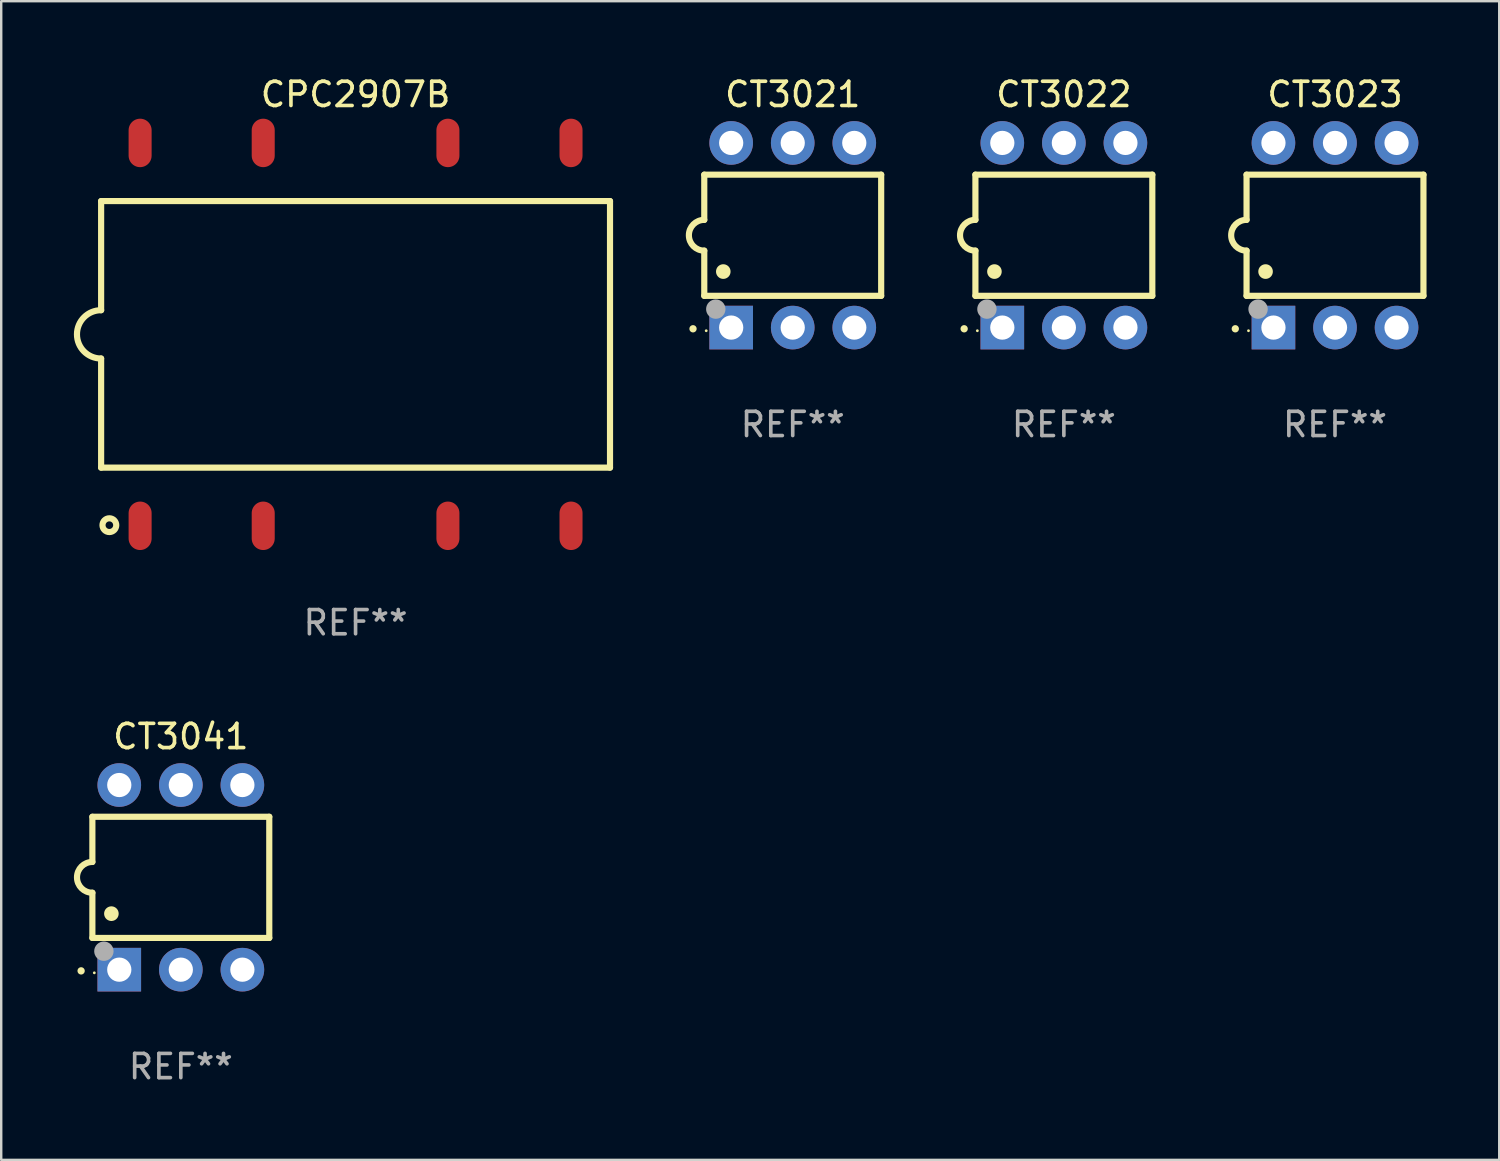
<source format=kicad_pcb>
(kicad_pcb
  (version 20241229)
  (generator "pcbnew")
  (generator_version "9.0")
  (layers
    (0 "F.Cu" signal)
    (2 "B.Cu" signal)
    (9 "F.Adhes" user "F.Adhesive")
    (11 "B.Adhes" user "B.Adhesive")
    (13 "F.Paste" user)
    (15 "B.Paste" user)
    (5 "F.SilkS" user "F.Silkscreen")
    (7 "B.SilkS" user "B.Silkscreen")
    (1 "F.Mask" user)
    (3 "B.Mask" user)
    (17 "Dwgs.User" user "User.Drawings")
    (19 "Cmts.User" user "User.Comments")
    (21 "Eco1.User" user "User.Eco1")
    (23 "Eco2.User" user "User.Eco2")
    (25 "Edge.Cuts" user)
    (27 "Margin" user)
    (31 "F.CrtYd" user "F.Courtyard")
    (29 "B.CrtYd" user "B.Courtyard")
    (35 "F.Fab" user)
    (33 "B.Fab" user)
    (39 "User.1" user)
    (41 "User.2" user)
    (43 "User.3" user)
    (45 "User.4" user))
  (footprint "CT3022"
    (layer "F.Cu")
    (at 40.852 6.658)
    (property "Reference" "CT3022" (at 0 -5.81 0) (layer "F.SilkS") (effects (font (size 1 1) (thickness 0.15))))
    (attr through_hole)
    (fp_line (start -3.65 -2.5) (end 3.65 -2.5) (stroke (width 0.254) (type solid)) (layer "F.SilkS"))
    (fp_line (start -3.65 -0.635) (end -3.65 -2.5) (stroke (width 0.254) (type solid)) (layer "F.SilkS"))
    (fp_line (start -3.65 0.635) (end -3.65 2.5) (stroke (width 0.254) (type solid)) (layer "F.SilkS"))
    (fp_line (start -3.65 2.5) (end 3.65 2.5) (stroke (width 0.254) (type solid)) (layer "F.SilkS"))
    (fp_line (start 3.65 -2.5) (end 3.65 2.5) (stroke (width 0.254) (type solid)) (layer "F.SilkS"))
    (fp_arc (start -4.114808 3.860808) (mid -4.114813 3.859538) (end -4.114808 3.858268) (stroke (width 0.3) (type solid)) (layer "F.SilkS"))
    (fp_arc (start -3.650013 0.635001) (mid -4.285014 0) (end -3.650013 -0.635001) (stroke (width 0.254001) (type solid)) (layer "F.SilkS"))
    (fp_arc (start -2.865405 1.501143) (mid -2.865416 1.498603) (end -2.865405 1.496063) (stroke (width 0.6) (type solid)) (layer "F.SilkS"))
    (fp_circle (center -3.57 3.94) (end -3.54 3.94) (stroke (width 0.06) (type solid)) (fill no) (layer "F.SilkS"))
    (fp_circle (center -3.175 3.048) (end -2.975 3.048) (stroke (width 0.4) (type solid)) (fill no) (layer "F.Fab"))
    (fp_text user "REF**" (at 0 7.81 0) (layer "F.Fab") (effects (font (size 1 1) (thickness 0.15))))
    (pad "1" thru_hole rect (at -2.54 3.81 90) (size 1.8 1.8) (drill 1) (layers "*.Cu" "*.Mask"))
    (pad "2" thru_hole circle (at 0 3.81) (size 1.8 1.8) (drill 1) (layers "*.Cu" "*.Mask"))
    (pad "3" thru_hole circle (at 2.54 3.81) (size 1.8 1.8) (drill 1) (layers "*.Cu" "*.Mask"))
    (pad "4" thru_hole circle (at 2.54 -3.81) (size 1.8 1.8) (drill 1) (layers "*.Cu" "*.Mask"))
    (pad "5" thru_hole circle (at 0 -3.81) (size 1.8 1.8) (drill 1) (layers "*.Cu" "*.Mask"))
    (pad "6" thru_hole circle (at -2.54 -3.81) (size 1.8 1.8) (drill 1) (layers "*.Cu" "*.Mask")))
  (footprint "CT3021"
    (layer "F.Cu")
    (at 29.663 6.658)
    (property "Reference" "CT3021" (at 0 -5.81 0) (layer "F.SilkS") (effects (font (size 1 1) (thickness 0.15))))
    (attr through_hole)
    (fp_line (start -3.65 -2.5) (end 3.65 -2.5) (stroke (width 0.254) (type solid)) (layer "F.SilkS"))
    (fp_line (start -3.65 -0.635) (end -3.65 -2.5) (stroke (width 0.254) (type solid)) (layer "F.SilkS"))
    (fp_line (start -3.65 0.635) (end -3.65 2.5) (stroke (width 0.254) (type solid)) (layer "F.SilkS"))
    (fp_line (start -3.65 2.5) (end 3.65 2.5) (stroke (width 0.254) (type solid)) (layer "F.SilkS"))
    (fp_line (start 3.65 -2.5) (end 3.65 2.5) (stroke (width 0.254) (type solid)) (layer "F.SilkS"))
    (fp_arc (start -4.114808 3.860808) (mid -4.114813 3.859538) (end -4.114808 3.858268) (stroke (width 0.3) (type solid)) (layer "F.SilkS"))
    (fp_arc (start -3.650013 0.635001) (mid -4.285014 0) (end -3.650013 -0.635001) (stroke (width 0.254001) (type solid)) (layer "F.SilkS"))
    (fp_arc (start -2.865405 1.501143) (mid -2.865416 1.498603) (end -2.865405 1.496063) (stroke (width 0.6) (type solid)) (layer "F.SilkS"))
    (fp_circle (center -3.57 3.94) (end -3.54 3.94) (stroke (width 0.06) (type solid)) (fill no) (layer "F.SilkS"))
    (fp_circle (center -3.175 3.048) (end -2.975 3.048) (stroke (width 0.4) (type solid)) (fill no) (layer "F.Fab"))
    (fp_text user "REF**" (at 0 7.81 0) (layer "F.Fab") (effects (font (size 1 1) (thickness 0.15))))
    (pad "1" thru_hole rect (at -2.54 3.81 90) (size 1.8 1.8) (drill 1) (layers "*.Cu" "*.Mask"))
    (pad "2" thru_hole circle (at 0 3.81) (size 1.8 1.8) (drill 1) (layers "*.Cu" "*.Mask"))
    (pad "3" thru_hole circle (at 2.54 3.81) (size 1.8 1.8) (drill 1) (layers "*.Cu" "*.Mask"))
    (pad "4" thru_hole circle (at 2.54 -3.81) (size 1.8 1.8) (drill 1) (layers "*.Cu" "*.Mask"))
    (pad "5" thru_hole circle (at 0 -3.81) (size 1.8 1.8) (drill 1) (layers "*.Cu" "*.Mask"))
    (pad "6" thru_hole circle (at -2.54 -3.81) (size 1.8 1.8) (drill 1) (layers "*.Cu" "*.Mask")))
  (footprint "CT3023"
    (layer "F.Cu")
    (at 52.041 6.658)
    (property "Reference" "CT3023" (at 0 -5.81 0) (layer "F.SilkS") (effects (font (size 1 1) (thickness 0.15))))
    (attr through_hole)
    (fp_line (start -3.65 -2.5) (end 3.65 -2.5) (stroke (width 0.254) (type solid)) (layer "F.SilkS"))
    (fp_line (start -3.65 -0.635) (end -3.65 -2.5) (stroke (width 0.254) (type solid)) (layer "F.SilkS"))
    (fp_line (start -3.65 0.635) (end -3.65 2.5) (stroke (width 0.254) (type solid)) (layer "F.SilkS"))
    (fp_line (start -3.65 2.5) (end 3.65 2.5) (stroke (width 0.254) (type solid)) (layer "F.SilkS"))
    (fp_line (start 3.65 -2.5) (end 3.65 2.5) (stroke (width 0.254) (type solid)) (layer "F.SilkS"))
    (fp_arc (start -4.114808 3.860808) (mid -4.114813 3.859538) (end -4.114808 3.858268) (stroke (width 0.3) (type solid)) (layer "F.SilkS"))
    (fp_arc (start -3.650013 0.635001) (mid -4.285014 0) (end -3.650013 -0.635001) (stroke (width 0.254001) (type solid)) (layer "F.SilkS"))
    (fp_arc (start -2.865405 1.501143) (mid -2.865416 1.498603) (end -2.865405 1.496063) (stroke (width 0.6) (type solid)) (layer "F.SilkS"))
    (fp_circle (center -3.57 3.94) (end -3.54 3.94) (stroke (width 0.06) (type solid)) (fill no) (layer "F.SilkS"))
    (fp_circle (center -3.175 3.048) (end -2.975 3.048) (stroke (width 0.4) (type solid)) (fill no) (layer "F.Fab"))
    (fp_text user "REF**" (at 0 7.81 0) (layer "F.Fab") (effects (font (size 1 1) (thickness 0.15))))
    (pad "1" thru_hole rect (at -2.54 3.81 90) (size 1.8 1.8) (drill 1) (layers "*.Cu" "*.Mask"))
    (pad "2" thru_hole circle (at 0 3.81) (size 1.8 1.8) (drill 1) (layers "*.Cu" "*.Mask"))
    (pad "3" thru_hole circle (at 2.54 3.81) (size 1.8 1.8) (drill 1) (layers "*.Cu" "*.Mask"))
    (pad "4" thru_hole circle (at 2.54 -3.81) (size 1.8 1.8) (drill 1) (layers "*.Cu" "*.Mask"))
    (pad "5" thru_hole circle (at 0 -3.81) (size 1.8 1.8) (drill 1) (layers "*.Cu" "*.Mask"))
    (pad "6" thru_hole circle (at -2.54 -3.81) (size 1.8 1.8) (drill 1) (layers "*.Cu" "*.Mask")))
  (footprint "CPC2907B"
    (layer "F.Cu")
    (at 11.623 10.748)
    (property "Reference" "CPC2907B" (at 0 -9.9 0) (layer "F.SilkS") (effects (font (size 1 1) (thickness 0.15))))
    (attr through_hole)
    (fp_line (start -10.5 0.997) (end -10.5 5.5) (stroke (width 0.254) (type solid)) (layer "F.SilkS"))
    (fp_line (start -10.5 -5.5) (end -10.5 -0.997) (stroke (width 0.254) (type solid)) (layer "F.SilkS"))
    (fp_line (start -10.5 -5.5) (end 10.5 -5.5) (stroke (width 0.254) (type solid)) (layer "F.SilkS"))
    (fp_line (start 10.5 -5.5) (end 10.5 5.5) (stroke (width 0.254) (type solid)) (layer "F.SilkS"))
    (fp_line (start 10.5 5.5) (end -10.5 5.5) (stroke (width 0.254) (type solid)) (layer "F.SilkS"))
    (fp_arc (start -10.500318 0.997295) (mid -11.496432 -0.000572) (end -10.499148 -0.99727) (stroke (width 0.254001) (type solid)) (layer "F.SilkS"))
    (fp_circle (center -10.16 7.874) (end -9.876 7.874) (stroke (width 0.254) (type solid)) (fill no) (layer "F.SilkS"))
    (fp_text user "REF**" (at 0 11.9 0) (layer "F.Fab") (effects (font (size 1 1) (thickness 0.15))))
    (pad "1" smd oval (at -8.891 7.9) (size 0.95 2) (layers "F.Cu" "F.Mask" "F.Paste"))
    (pad "2" smd oval (at -3.811 7.9) (size 0.95 2) (layers "F.Cu" "F.Mask" "F.Paste"))
    (pad "3" smd oval (at 3.811 7.9) (size 0.95 2) (layers "F.Cu" "F.Mask" "F.Paste"))
    (pad "4" smd oval (at 8.891 7.9) (size 0.95 2) (layers "F.Cu" "F.Mask" "F.Paste"))
    (pad "5" smd oval (at 8.891 -7.9) (size 0.95 2) (layers "F.Cu" "F.Mask" "F.Paste"))
    (pad "6" smd oval (at 3.811 -7.9) (size 0.95 2) (layers "F.Cu" "F.Mask" "F.Paste"))
    (pad "7" smd oval (at -3.811 -7.9) (size 0.95 2) (layers "F.Cu" "F.Mask" "F.Paste"))
    (pad "8" smd oval (at -8.891 -7.9) (size 0.95 2) (layers "F.Cu" "F.Mask" "F.Paste")))
  (footprint "CT3041"
    (layer "F.Cu")
    (at 4.412 33.155)
    (property "Reference" "CT3041" (at 0 -5.81 0) (layer "F.SilkS") (effects (font (size 1 1) (thickness 0.15))))
    (attr through_hole)
    (fp_line (start -3.65 -2.5) (end 3.65 -2.5) (stroke (width 0.254) (type solid)) (layer "F.SilkS"))
    (fp_line (start -3.65 -0.635) (end -3.65 -2.5) (stroke (width 0.254) (type solid)) (layer "F.SilkS"))
    (fp_line (start -3.65 0.635) (end -3.65 2.5) (stroke (width 0.254) (type solid)) (layer "F.SilkS"))
    (fp_line (start -3.65 2.5) (end 3.65 2.5) (stroke (width 0.254) (type solid)) (layer "F.SilkS"))
    (fp_line (start 3.65 -2.5) (end 3.65 2.5) (stroke (width 0.254) (type solid)) (layer "F.SilkS"))
    (fp_arc (start -4.114808 3.860808) (mid -4.114813 3.859538) (end -4.114808 3.858268) (stroke (width 0.3) (type solid)) (layer "F.SilkS"))
    (fp_arc (start -3.650013 0.635001) (mid -4.285014 0) (end -3.650013 -0.635001) (stroke (width 0.254001) (type solid)) (layer "F.SilkS"))
    (fp_arc (start -2.865405 1.501143) (mid -2.865416 1.498603) (end -2.865405 1.496063) (stroke (width 0.6) (type solid)) (layer "F.SilkS"))
    (fp_circle (center -3.57 3.94) (end -3.54 3.94) (stroke (width 0.06) (type solid)) (fill no) (layer "F.SilkS"))
    (fp_circle (center -3.175 3.048) (end -2.975 3.048) (stroke (width 0.4) (type solid)) (fill no) (layer "F.Fab"))
    (fp_text user "REF**" (at 0 7.81 0) (layer "F.Fab") (effects (font (size 1 1) (thickness 0.15))))
    (pad "1" thru_hole rect (at -2.54 3.81 90) (size 1.8 1.8) (drill 1) (layers "*.Cu" "*.Mask"))
    (pad "2" thru_hole circle (at 0 3.81) (size 1.8 1.8) (drill 1) (layers "*.Cu" "*.Mask"))
    (pad "3" thru_hole circle (at 2.54 3.81) (size 1.8 1.8) (drill 1) (layers "*.Cu" "*.Mask"))
    (pad "4" thru_hole circle (at 2.54 -3.81) (size 1.8 1.8) (drill 1) (layers "*.Cu" "*.Mask"))
    (pad "5" thru_hole circle (at 0 -3.81) (size 1.8 1.8) (drill 1) (layers "*.Cu" "*.Mask"))
    (pad "6" thru_hole circle (at -2.54 -3.81) (size 1.8 1.8) (drill 1) (layers "*.Cu" "*.Mask")))
  (gr_rect
    (start -3 -3)
    (end 58.818 44.813)
    (stroke (width 0.1) (type default))
    (fill no)
    (layer "Edge.Cuts")))
</source>
